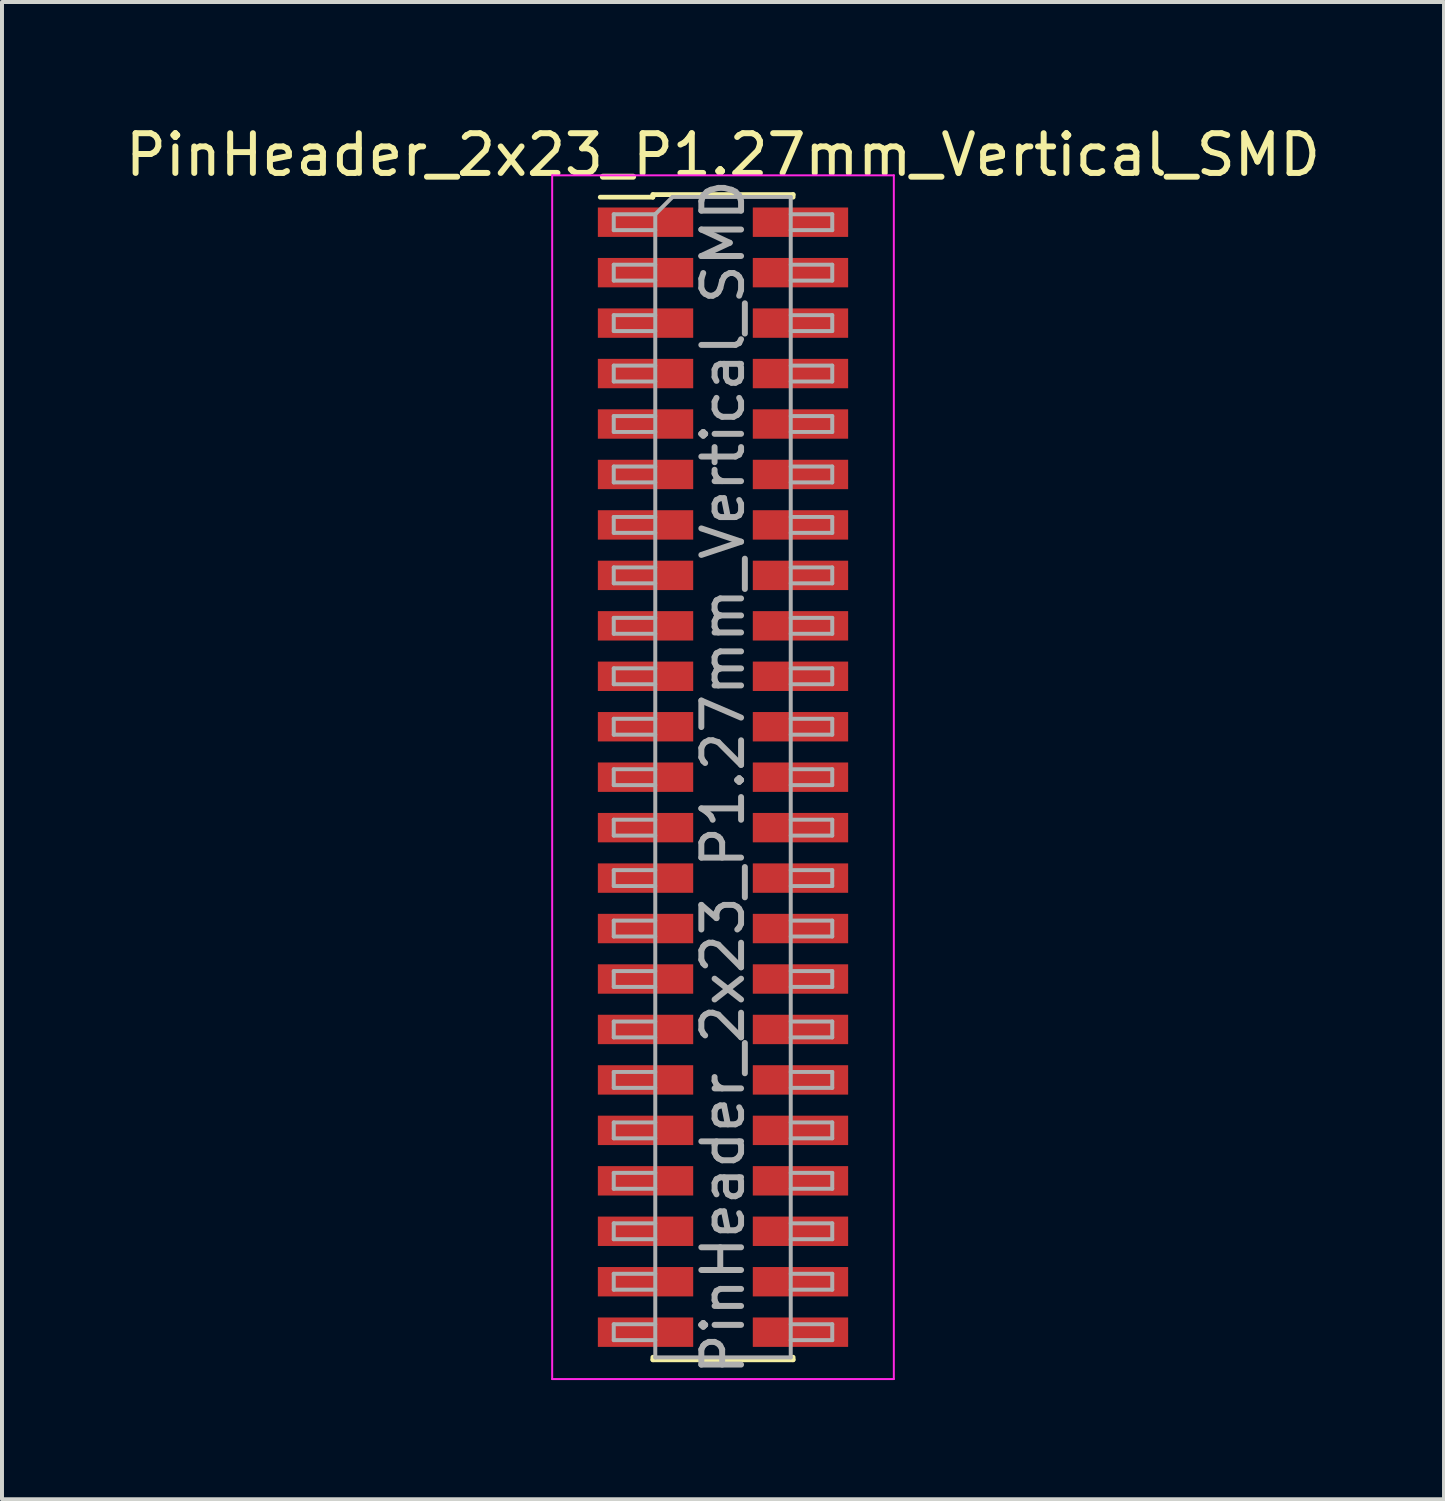
<source format=kicad_pcb>
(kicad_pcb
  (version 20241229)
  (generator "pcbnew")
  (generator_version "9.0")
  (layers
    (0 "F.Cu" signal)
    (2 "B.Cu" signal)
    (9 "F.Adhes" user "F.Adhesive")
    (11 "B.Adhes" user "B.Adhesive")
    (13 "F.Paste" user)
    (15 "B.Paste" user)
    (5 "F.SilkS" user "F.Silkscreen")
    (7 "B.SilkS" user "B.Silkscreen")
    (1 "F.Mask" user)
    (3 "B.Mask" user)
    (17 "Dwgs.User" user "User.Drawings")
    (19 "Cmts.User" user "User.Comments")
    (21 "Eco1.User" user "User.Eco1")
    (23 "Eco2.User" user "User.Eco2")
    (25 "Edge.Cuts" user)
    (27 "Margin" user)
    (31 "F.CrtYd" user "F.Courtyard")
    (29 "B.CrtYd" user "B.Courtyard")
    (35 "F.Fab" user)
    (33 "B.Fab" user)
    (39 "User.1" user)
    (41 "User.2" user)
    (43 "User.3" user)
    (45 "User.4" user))
  (footprint "PinHeader_2x23_P1.27mm_Vertical_SMD"
    (layer "F.Cu")
    (at 15.149 16.513)
    (property "Reference" "PinHeader_2x23_P1.27mm_Vertical_SMD" (at 0 -15.665 0) (layer "F.SilkS") (effects (font (size 1 1) (thickness 0.15))))
    (attr smd)
    (fp_line (start -3.09 -14.6) (end -1.765 -14.6) (stroke (width 0.12) (type solid)) (layer "F.SilkS"))
    (fp_line (start -1.765 -14.665) (end -1.765 -14.6) (stroke (width 0.12) (type solid)) (layer "F.SilkS"))
    (fp_line (start -1.765 -14.665) (end 1.765 -14.665) (stroke (width 0.12) (type solid)) (layer "F.SilkS"))
    (fp_line (start -1.765 14.6) (end -1.765 14.665) (stroke (width 0.12) (type solid)) (layer "F.SilkS"))
    (fp_line (start -1.765 14.665) (end 1.765 14.665) (stroke (width 0.12) (type solid)) (layer "F.SilkS"))
    (fp_line (start 1.765 -14.665) (end 1.765 -14.6) (stroke (width 0.12) (type solid)) (layer "F.SilkS"))
    (fp_line (start 1.765 14.6) (end 1.765 14.665) (stroke (width 0.12) (type solid)) (layer "F.SilkS"))
    (fp_line (start -4.3 -15.15) (end -4.3 15.15) (stroke (width 0.05) (type solid)) (layer "F.CrtYd"))
    (fp_line (start -4.3 15.15) (end 4.3 15.15) (stroke (width 0.05) (type solid)) (layer "F.CrtYd"))
    (fp_line (start 4.3 -15.15) (end -4.3 -15.15) (stroke (width 0.05) (type solid)) (layer "F.CrtYd"))
    (fp_line (start 4.3 15.15) (end 4.3 -15.15) (stroke (width 0.05) (type solid)) (layer "F.CrtYd"))
    (fp_line (start -2.75 -14.17) (end -2.75 -13.77) (stroke (width 0.1) (type solid)) (layer "F.Fab"))
    (fp_line (start -2.75 -13.77) (end -1.705 -13.77) (stroke (width 0.1) (type solid)) (layer "F.Fab"))
    (fp_line (start -2.75 -12.9) (end -2.75 -12.5) (stroke (width 0.1) (type solid)) (layer "F.Fab"))
    (fp_line (start -2.75 -12.5) (end -1.705 -12.5) (stroke (width 0.1) (type solid)) (layer "F.Fab"))
    (fp_line (start -2.75 -11.63) (end -2.75 -11.23) (stroke (width 0.1) (type solid)) (layer "F.Fab"))
    (fp_line (start -2.75 -11.23) (end -1.705 -11.23) (stroke (width 0.1) (type solid)) (layer "F.Fab"))
    (fp_line (start -2.75 -10.36) (end -2.75 -9.96) (stroke (width 0.1) (type solid)) (layer "F.Fab"))
    (fp_line (start -2.75 -9.96) (end -1.705 -9.96) (stroke (width 0.1) (type solid)) (layer "F.Fab"))
    (fp_line (start -2.75 -9.09) (end -2.75 -8.69) (stroke (width 0.1) (type solid)) (layer "F.Fab"))
    (fp_line (start -2.75 -8.69) (end -1.705 -8.69) (stroke (width 0.1) (type solid)) (layer "F.Fab"))
    (fp_line (start -2.75 -7.82) (end -2.75 -7.42) (stroke (width 0.1) (type solid)) (layer "F.Fab"))
    (fp_line (start -2.75 -7.42) (end -1.705 -7.42) (stroke (width 0.1) (type solid)) (layer "F.Fab"))
    (fp_line (start -2.75 -6.55) (end -2.75 -6.15) (stroke (width 0.1) (type solid)) (layer "F.Fab"))
    (fp_line (start -2.75 -6.15) (end -1.705 -6.15) (stroke (width 0.1) (type solid)) (layer "F.Fab"))
    (fp_line (start -2.75 -5.28) (end -2.75 -4.88) (stroke (width 0.1) (type solid)) (layer "F.Fab"))
    (fp_line (start -2.75 -4.88) (end -1.705 -4.88) (stroke (width 0.1) (type solid)) (layer "F.Fab"))
    (fp_line (start -2.75 -4.01) (end -2.75 -3.61) (stroke (width 0.1) (type solid)) (layer "F.Fab"))
    (fp_line (start -2.75 -3.61) (end -1.705 -3.61) (stroke (width 0.1) (type solid)) (layer "F.Fab"))
    (fp_line (start -2.75 -2.74) (end -2.75 -2.34) (stroke (width 0.1) (type solid)) (layer "F.Fab"))
    (fp_line (start -2.75 -2.34) (end -1.705 -2.34) (stroke (width 0.1) (type solid)) (layer "F.Fab"))
    (fp_line (start -2.75 -1.47) (end -2.75 -1.07) (stroke (width 0.1) (type solid)) (layer "F.Fab"))
    (fp_line (start -2.75 -1.07) (end -1.705 -1.07) (stroke (width 0.1) (type solid)) (layer "F.Fab"))
    (fp_line (start -2.75 -0.2) (end -2.75 0.2) (stroke (width 0.1) (type solid)) (layer "F.Fab"))
    (fp_line (start -2.75 0.2) (end -1.705 0.2) (stroke (width 0.1) (type solid)) (layer "F.Fab"))
    (fp_line (start -2.75 1.07) (end -2.75 1.47) (stroke (width 0.1) (type solid)) (layer "F.Fab"))
    (fp_line (start -2.75 1.47) (end -1.705 1.47) (stroke (width 0.1) (type solid)) (layer "F.Fab"))
    (fp_line (start -2.75 2.34) (end -2.75 2.74) (stroke (width 0.1) (type solid)) (layer "F.Fab"))
    (fp_line (start -2.75 2.74) (end -1.705 2.74) (stroke (width 0.1) (type solid)) (layer "F.Fab"))
    (fp_line (start -2.75 3.61) (end -2.75 4.01) (stroke (width 0.1) (type solid)) (layer "F.Fab"))
    (fp_line (start -2.75 4.01) (end -1.705 4.01) (stroke (width 0.1) (type solid)) (layer "F.Fab"))
    (fp_line (start -2.75 4.88) (end -2.75 5.28) (stroke (width 0.1) (type solid)) (layer "F.Fab"))
    (fp_line (start -2.75 5.28) (end -1.705 5.28) (stroke (width 0.1) (type solid)) (layer "F.Fab"))
    (fp_line (start -2.75 6.15) (end -2.75 6.55) (stroke (width 0.1) (type solid)) (layer "F.Fab"))
    (fp_line (start -2.75 6.55) (end -1.705 6.55) (stroke (width 0.1) (type solid)) (layer "F.Fab"))
    (fp_line (start -2.75 7.42) (end -2.75 7.82) (stroke (width 0.1) (type solid)) (layer "F.Fab"))
    (fp_line (start -2.75 7.82) (end -1.705 7.82) (stroke (width 0.1) (type solid)) (layer "F.Fab"))
    (fp_line (start -2.75 8.69) (end -2.75 9.09) (stroke (width 0.1) (type solid)) (layer "F.Fab"))
    (fp_line (start -2.75 9.09) (end -1.705 9.09) (stroke (width 0.1) (type solid)) (layer "F.Fab"))
    (fp_line (start -2.75 9.96) (end -2.75 10.36) (stroke (width 0.1) (type solid)) (layer "F.Fab"))
    (fp_line (start -2.75 10.36) (end -1.705 10.36) (stroke (width 0.1) (type solid)) (layer "F.Fab"))
    (fp_line (start -2.75 11.23) (end -2.75 11.63) (stroke (width 0.1) (type solid)) (layer "F.Fab"))
    (fp_line (start -2.75 11.63) (end -1.705 11.63) (stroke (width 0.1) (type solid)) (layer "F.Fab"))
    (fp_line (start -2.75 12.5) (end -2.75 12.9) (stroke (width 0.1) (type solid)) (layer "F.Fab"))
    (fp_line (start -2.75 12.9) (end -1.705 12.9) (stroke (width 0.1) (type solid)) (layer "F.Fab"))
    (fp_line (start -2.75 13.77) (end -2.75 14.17) (stroke (width 0.1) (type solid)) (layer "F.Fab"))
    (fp_line (start -2.75 14.17) (end -1.705 14.17) (stroke (width 0.1) (type solid)) (layer "F.Fab"))
    (fp_line (start -1.705 -14.17) (end -2.75 -14.17) (stroke (width 0.1) (type solid)) (layer "F.Fab"))
    (fp_line (start -1.705 -14.17) (end -1.27 -14.605) (stroke (width 0.1) (type solid)) (layer "F.Fab"))
    (fp_line (start -1.705 -12.9) (end -2.75 -12.9) (stroke (width 0.1) (type solid)) (layer "F.Fab"))
    (fp_line (start -1.705 -11.63) (end -2.75 -11.63) (stroke (width 0.1) (type solid)) (layer "F.Fab"))
    (fp_line (start -1.705 -10.36) (end -2.75 -10.36) (stroke (width 0.1) (type solid)) (layer "F.Fab"))
    (fp_line (start -1.705 -9.09) (end -2.75 -9.09) (stroke (width 0.1) (type solid)) (layer "F.Fab"))
    (fp_line (start -1.705 -7.82) (end -2.75 -7.82) (stroke (width 0.1) (type solid)) (layer "F.Fab"))
    (fp_line (start -1.705 -6.55) (end -2.75 -6.55) (stroke (width 0.1) (type solid)) (layer "F.Fab"))
    (fp_line (start -1.705 -5.28) (end -2.75 -5.28) (stroke (width 0.1) (type solid)) (layer "F.Fab"))
    (fp_line (start -1.705 -4.01) (end -2.75 -4.01) (stroke (width 0.1) (type solid)) (layer "F.Fab"))
    (fp_line (start -1.705 -2.74) (end -2.75 -2.74) (stroke (width 0.1) (type solid)) (layer "F.Fab"))
    (fp_line (start -1.705 -1.47) (end -2.75 -1.47) (stroke (width 0.1) (type solid)) (layer "F.Fab"))
    (fp_line (start -1.705 -0.2) (end -2.75 -0.2) (stroke (width 0.1) (type solid)) (layer "F.Fab"))
    (fp_line (start -1.705 1.07) (end -2.75 1.07) (stroke (width 0.1) (type solid)) (layer "F.Fab"))
    (fp_line (start -1.705 2.34) (end -2.75 2.34) (stroke (width 0.1) (type solid)) (layer "F.Fab"))
    (fp_line (start -1.705 3.61) (end -2.75 3.61) (stroke (width 0.1) (type solid)) (layer "F.Fab"))
    (fp_line (start -1.705 4.88) (end -2.75 4.88) (stroke (width 0.1) (type solid)) (layer "F.Fab"))
    (fp_line (start -1.705 6.15) (end -2.75 6.15) (stroke (width 0.1) (type solid)) (layer "F.Fab"))
    (fp_line (start -1.705 7.42) (end -2.75 7.42) (stroke (width 0.1) (type solid)) (layer "F.Fab"))
    (fp_line (start -1.705 8.69) (end -2.75 8.69) (stroke (width 0.1) (type solid)) (layer "F.Fab"))
    (fp_line (start -1.705 9.96) (end -2.75 9.96) (stroke (width 0.1) (type solid)) (layer "F.Fab"))
    (fp_line (start -1.705 11.23) (end -2.75 11.23) (stroke (width 0.1) (type solid)) (layer "F.Fab"))
    (fp_line (start -1.705 12.5) (end -2.75 12.5) (stroke (width 0.1) (type solid)) (layer "F.Fab"))
    (fp_line (start -1.705 13.77) (end -2.75 13.77) (stroke (width 0.1) (type solid)) (layer "F.Fab"))
    (fp_line (start -1.705 14.605) (end -1.705 -14.17) (stroke (width 0.1) (type solid)) (layer "F.Fab"))
    (fp_line (start -1.27 -14.605) (end 1.705 -14.605) (stroke (width 0.1) (type solid)) (layer "F.Fab"))
    (fp_line (start 1.705 -14.605) (end 1.705 14.605) (stroke (width 0.1) (type solid)) (layer "F.Fab"))
    (fp_line (start 1.705 -14.17) (end 2.75 -14.17) (stroke (width 0.1) (type solid)) (layer "F.Fab"))
    (fp_line (start 1.705 -12.9) (end 2.75 -12.9) (stroke (width 0.1) (type solid)) (layer "F.Fab"))
    (fp_line (start 1.705 -11.63) (end 2.75 -11.63) (stroke (width 0.1) (type solid)) (layer "F.Fab"))
    (fp_line (start 1.705 -10.36) (end 2.75 -10.36) (stroke (width 0.1) (type solid)) (layer "F.Fab"))
    (fp_line (start 1.705 -9.09) (end 2.75 -9.09) (stroke (width 0.1) (type solid)) (layer "F.Fab"))
    (fp_line (start 1.705 -7.82) (end 2.75 -7.82) (stroke (width 0.1) (type solid)) (layer "F.Fab"))
    (fp_line (start 1.705 -6.55) (end 2.75 -6.55) (stroke (width 0.1) (type solid)) (layer "F.Fab"))
    (fp_line (start 1.705 -5.28) (end 2.75 -5.28) (stroke (width 0.1) (type solid)) (layer "F.Fab"))
    (fp_line (start 1.705 -4.01) (end 2.75 -4.01) (stroke (width 0.1) (type solid)) (layer "F.Fab"))
    (fp_line (start 1.705 -2.74) (end 2.75 -2.74) (stroke (width 0.1) (type solid)) (layer "F.Fab"))
    (fp_line (start 1.705 -1.47) (end 2.75 -1.47) (stroke (width 0.1) (type solid)) (layer "F.Fab"))
    (fp_line (start 1.705 -0.2) (end 2.75 -0.2) (stroke (width 0.1) (type solid)) (layer "F.Fab"))
    (fp_line (start 1.705 1.07) (end 2.75 1.07) (stroke (width 0.1) (type solid)) (layer "F.Fab"))
    (fp_line (start 1.705 2.34) (end 2.75 2.34) (stroke (width 0.1) (type solid)) (layer "F.Fab"))
    (fp_line (start 1.705 3.61) (end 2.75 3.61) (stroke (width 0.1) (type solid)) (layer "F.Fab"))
    (fp_line (start 1.705 4.88) (end 2.75 4.88) (stroke (width 0.1) (type solid)) (layer "F.Fab"))
    (fp_line (start 1.705 6.15) (end 2.75 6.15) (stroke (width 0.1) (type solid)) (layer "F.Fab"))
    (fp_line (start 1.705 7.42) (end 2.75 7.42) (stroke (width 0.1) (type solid)) (layer "F.Fab"))
    (fp_line (start 1.705 8.69) (end 2.75 8.69) (stroke (width 0.1) (type solid)) (layer "F.Fab"))
    (fp_line (start 1.705 9.96) (end 2.75 9.96) (stroke (width 0.1) (type solid)) (layer "F.Fab"))
    (fp_line (start 1.705 11.23) (end 2.75 11.23) (stroke (width 0.1) (type solid)) (layer "F.Fab"))
    (fp_line (start 1.705 12.5) (end 2.75 12.5) (stroke (width 0.1) (type solid)) (layer "F.Fab"))
    (fp_line (start 1.705 13.77) (end 2.75 13.77) (stroke (width 0.1) (type solid)) (layer "F.Fab"))
    (fp_line (start 1.705 14.605) (end -1.705 14.605) (stroke (width 0.1) (type solid)) (layer "F.Fab"))
    (fp_line (start 2.75 -14.17) (end 2.75 -13.77) (stroke (width 0.1) (type solid)) (layer "F.Fab"))
    (fp_line (start 2.75 -13.77) (end 1.705 -13.77) (stroke (width 0.1) (type solid)) (layer "F.Fab"))
    (fp_line (start 2.75 -12.9) (end 2.75 -12.5) (stroke (width 0.1) (type solid)) (layer "F.Fab"))
    (fp_line (start 2.75 -12.5) (end 1.705 -12.5) (stroke (width 0.1) (type solid)) (layer "F.Fab"))
    (fp_line (start 2.75 -11.63) (end 2.75 -11.23) (stroke (width 0.1) (type solid)) (layer "F.Fab"))
    (fp_line (start 2.75 -11.23) (end 1.705 -11.23) (stroke (width 0.1) (type solid)) (layer "F.Fab"))
    (fp_line (start 2.75 -10.36) (end 2.75 -9.96) (stroke (width 0.1) (type solid)) (layer "F.Fab"))
    (fp_line (start 2.75 -9.96) (end 1.705 -9.96) (stroke (width 0.1) (type solid)) (layer "F.Fab"))
    (fp_line (start 2.75 -9.09) (end 2.75 -8.69) (stroke (width 0.1) (type solid)) (layer "F.Fab"))
    (fp_line (start 2.75 -8.69) (end 1.705 -8.69) (stroke (width 0.1) (type solid)) (layer "F.Fab"))
    (fp_line (start 2.75 -7.82) (end 2.75 -7.42) (stroke (width 0.1) (type solid)) (layer "F.Fab"))
    (fp_line (start 2.75 -7.42) (end 1.705 -7.42) (stroke (width 0.1) (type solid)) (layer "F.Fab"))
    (fp_line (start 2.75 -6.55) (end 2.75 -6.15) (stroke (width 0.1) (type solid)) (layer "F.Fab"))
    (fp_line (start 2.75 -6.15) (end 1.705 -6.15) (stroke (width 0.1) (type solid)) (layer "F.Fab"))
    (fp_line (start 2.75 -5.28) (end 2.75 -4.88) (stroke (width 0.1) (type solid)) (layer "F.Fab"))
    (fp_line (start 2.75 -4.88) (end 1.705 -4.88) (stroke (width 0.1) (type solid)) (layer "F.Fab"))
    (fp_line (start 2.75 -4.01) (end 2.75 -3.61) (stroke (width 0.1) (type solid)) (layer "F.Fab"))
    (fp_line (start 2.75 -3.61) (end 1.705 -3.61) (stroke (width 0.1) (type solid)) (layer "F.Fab"))
    (fp_line (start 2.75 -2.74) (end 2.75 -2.34) (stroke (width 0.1) (type solid)) (layer "F.Fab"))
    (fp_line (start 2.75 -2.34) (end 1.705 -2.34) (stroke (width 0.1) (type solid)) (layer "F.Fab"))
    (fp_line (start 2.75 -1.47) (end 2.75 -1.07) (stroke (width 0.1) (type solid)) (layer "F.Fab"))
    (fp_line (start 2.75 -1.07) (end 1.705 -1.07) (stroke (width 0.1) (type solid)) (layer "F.Fab"))
    (fp_line (start 2.75 -0.2) (end 2.75 0.2) (stroke (width 0.1) (type solid)) (layer "F.Fab"))
    (fp_line (start 2.75 0.2) (end 1.705 0.2) (stroke (width 0.1) (type solid)) (layer "F.Fab"))
    (fp_line (start 2.75 1.07) (end 2.75 1.47) (stroke (width 0.1) (type solid)) (layer "F.Fab"))
    (fp_line (start 2.75 1.47) (end 1.705 1.47) (stroke (width 0.1) (type solid)) (layer "F.Fab"))
    (fp_line (start 2.75 2.34) (end 2.75 2.74) (stroke (width 0.1) (type solid)) (layer "F.Fab"))
    (fp_line (start 2.75 2.74) (end 1.705 2.74) (stroke (width 0.1) (type solid)) (layer "F.Fab"))
    (fp_line (start 2.75 3.61) (end 2.75 4.01) (stroke (width 0.1) (type solid)) (layer "F.Fab"))
    (fp_line (start 2.75 4.01) (end 1.705 4.01) (stroke (width 0.1) (type solid)) (layer "F.Fab"))
    (fp_line (start 2.75 4.88) (end 2.75 5.28) (stroke (width 0.1) (type solid)) (layer "F.Fab"))
    (fp_line (start 2.75 5.28) (end 1.705 5.28) (stroke (width 0.1) (type solid)) (layer "F.Fab"))
    (fp_line (start 2.75 6.15) (end 2.75 6.55) (stroke (width 0.1) (type solid)) (layer "F.Fab"))
    (fp_line (start 2.75 6.55) (end 1.705 6.55) (stroke (width 0.1) (type solid)) (layer "F.Fab"))
    (fp_line (start 2.75 7.42) (end 2.75 7.82) (stroke (width 0.1) (type solid)) (layer "F.Fab"))
    (fp_line (start 2.75 7.82) (end 1.705 7.82) (stroke (width 0.1) (type solid)) (layer "F.Fab"))
    (fp_line (start 2.75 8.69) (end 2.75 9.09) (stroke (width 0.1) (type solid)) (layer "F.Fab"))
    (fp_line (start 2.75 9.09) (end 1.705 9.09) (stroke (width 0.1) (type solid)) (layer "F.Fab"))
    (fp_line (start 2.75 9.96) (end 2.75 10.36) (stroke (width 0.1) (type solid)) (layer "F.Fab"))
    (fp_line (start 2.75 10.36) (end 1.705 10.36) (stroke (width 0.1) (type solid)) (layer "F.Fab"))
    (fp_line (start 2.75 11.23) (end 2.75 11.63) (stroke (width 0.1) (type solid)) (layer "F.Fab"))
    (fp_line (start 2.75 11.63) (end 1.705 11.63) (stroke (width 0.1) (type solid)) (layer "F.Fab"))
    (fp_line (start 2.75 12.5) (end 2.75 12.9) (stroke (width 0.1) (type solid)) (layer "F.Fab"))
    (fp_line (start 2.75 12.9) (end 1.705 12.9) (stroke (width 0.1) (type solid)) (layer "F.Fab"))
    (fp_line (start 2.75 13.77) (end 2.75 14.17) (stroke (width 0.1) (type solid)) (layer "F.Fab"))
    (fp_line (start 2.75 14.17) (end 1.705 14.17) (stroke (width 0.1) (type solid)) (layer "F.Fab"))
    (fp_text user "${REFERENCE}" (at 0 0 90) (layer "F.Fab") (effects (font (size 1 1) (thickness 0.15))))
    (pad "1" smd rect (at -1.95 -13.97) (size 2.4 0.74) (layers "F.Cu" "F.Mask" "F.Paste"))
    (pad "2" smd rect (at 1.95 -13.97) (size 2.4 0.74) (layers "F.Cu" "F.Mask" "F.Paste"))
    (pad "3" smd rect (at -1.95 -12.7) (size 2.4 0.74) (layers "F.Cu" "F.Mask" "F.Paste"))
    (pad "4" smd rect (at 1.95 -12.7) (size 2.4 0.74) (layers "F.Cu" "F.Mask" "F.Paste"))
    (pad "5" smd rect (at -1.95 -11.43) (size 2.4 0.74) (layers "F.Cu" "F.Mask" "F.Paste"))
    (pad "6" smd rect (at 1.95 -11.43) (size 2.4 0.74) (layers "F.Cu" "F.Mask" "F.Paste"))
    (pad "7" smd rect (at -1.95 -10.16) (size 2.4 0.74) (layers "F.Cu" "F.Mask" "F.Paste"))
    (pad "8" smd rect (at 1.95 -10.16) (size 2.4 0.74) (layers "F.Cu" "F.Mask" "F.Paste"))
    (pad "9" smd rect (at -1.95 -8.89) (size 2.4 0.74) (layers "F.Cu" "F.Mask" "F.Paste"))
    (pad "10" smd rect (at 1.95 -8.89) (size 2.4 0.74) (layers "F.Cu" "F.Mask" "F.Paste"))
    (pad "11" smd rect (at -1.95 -7.62) (size 2.4 0.74) (layers "F.Cu" "F.Mask" "F.Paste"))
    (pad "12" smd rect (at 1.95 -7.62) (size 2.4 0.74) (layers "F.Cu" "F.Mask" "F.Paste"))
    (pad "13" smd rect (at -1.95 -6.35) (size 2.4 0.74) (layers "F.Cu" "F.Mask" "F.Paste"))
    (pad "14" smd rect (at 1.95 -6.35) (size 2.4 0.74) (layers "F.Cu" "F.Mask" "F.Paste"))
    (pad "15" smd rect (at -1.95 -5.08) (size 2.4 0.74) (layers "F.Cu" "F.Mask" "F.Paste"))
    (pad "16" smd rect (at 1.95 -5.08) (size 2.4 0.74) (layers "F.Cu" "F.Mask" "F.Paste"))
    (pad "17" smd rect (at -1.95 -3.81) (size 2.4 0.74) (layers "F.Cu" "F.Mask" "F.Paste"))
    (pad "18" smd rect (at 1.95 -3.81) (size 2.4 0.74) (layers "F.Cu" "F.Mask" "F.Paste"))
    (pad "19" smd rect (at -1.95 -2.54) (size 2.4 0.74) (layers "F.Cu" "F.Mask" "F.Paste"))
    (pad "20" smd rect (at 1.95 -2.54) (size 2.4 0.74) (layers "F.Cu" "F.Mask" "F.Paste"))
    (pad "21" smd rect (at -1.95 -1.27) (size 2.4 0.74) (layers "F.Cu" "F.Mask" "F.Paste"))
    (pad "22" smd rect (at 1.95 -1.27) (size 2.4 0.74) (layers "F.Cu" "F.Mask" "F.Paste"))
    (pad "23" smd rect (at -1.95 0) (size 2.4 0.74) (layers "F.Cu" "F.Mask" "F.Paste"))
    (pad "24" smd rect (at 1.95 0) (size 2.4 0.74) (layers "F.Cu" "F.Mask" "F.Paste"))
    (pad "25" smd rect (at -1.95 1.27) (size 2.4 0.74) (layers "F.Cu" "F.Mask" "F.Paste"))
    (pad "26" smd rect (at 1.95 1.27) (size 2.4 0.74) (layers "F.Cu" "F.Mask" "F.Paste"))
    (pad "27" smd rect (at -1.95 2.54) (size 2.4 0.74) (layers "F.Cu" "F.Mask" "F.Paste"))
    (pad "28" smd rect (at 1.95 2.54) (size 2.4 0.74) (layers "F.Cu" "F.Mask" "F.Paste"))
    (pad "29" smd rect (at -1.95 3.81) (size 2.4 0.74) (layers "F.Cu" "F.Mask" "F.Paste"))
    (pad "30" smd rect (at 1.95 3.81) (size 2.4 0.74) (layers "F.Cu" "F.Mask" "F.Paste"))
    (pad "31" smd rect (at -1.95 5.08) (size 2.4 0.74) (layers "F.Cu" "F.Mask" "F.Paste"))
    (pad "32" smd rect (at 1.95 5.08) (size 2.4 0.74) (layers "F.Cu" "F.Mask" "F.Paste"))
    (pad "33" smd rect (at -1.95 6.35) (size 2.4 0.74) (layers "F.Cu" "F.Mask" "F.Paste"))
    (pad "34" smd rect (at 1.95 6.35) (size 2.4 0.74) (layers "F.Cu" "F.Mask" "F.Paste"))
    (pad "35" smd rect (at -1.95 7.62) (size 2.4 0.74) (layers "F.Cu" "F.Mask" "F.Paste"))
    (pad "36" smd rect (at 1.95 7.62) (size 2.4 0.74) (layers "F.Cu" "F.Mask" "F.Paste"))
    (pad "37" smd rect (at -1.95 8.89) (size 2.4 0.74) (layers "F.Cu" "F.Mask" "F.Paste"))
    (pad "38" smd rect (at 1.95 8.89) (size 2.4 0.74) (layers "F.Cu" "F.Mask" "F.Paste"))
    (pad "39" smd rect (at -1.95 10.16) (size 2.4 0.74) (layers "F.Cu" "F.Mask" "F.Paste"))
    (pad "40" smd rect (at 1.95 10.16) (size 2.4 0.74) (layers "F.Cu" "F.Mask" "F.Paste"))
    (pad "41" smd rect (at -1.95 11.43) (size 2.4 0.74) (layers "F.Cu" "F.Mask" "F.Paste"))
    (pad "42" smd rect (at 1.95 11.43) (size 2.4 0.74) (layers "F.Cu" "F.Mask" "F.Paste"))
    (pad "43" smd rect (at -1.95 12.7) (size 2.4 0.74) (layers "F.Cu" "F.Mask" "F.Paste"))
    (pad "44" smd rect (at 1.95 12.7) (size 2.4 0.74) (layers "F.Cu" "F.Mask" "F.Paste"))
    (pad "45" smd rect (at -1.95 13.97) (size 2.4 0.74) (layers "F.Cu" "F.Mask" "F.Paste"))
    (pad "46" smd rect (at 1.95 13.97) (size 2.4 0.74) (layers "F.Cu" "F.Mask" "F.Paste")))
  (gr_rect
    (start -3 -3)
    (end 33.298 34.688)
    (stroke (width 0.1) (type default))
    (fill no)
    (layer "Edge.Cuts")))
</source>
